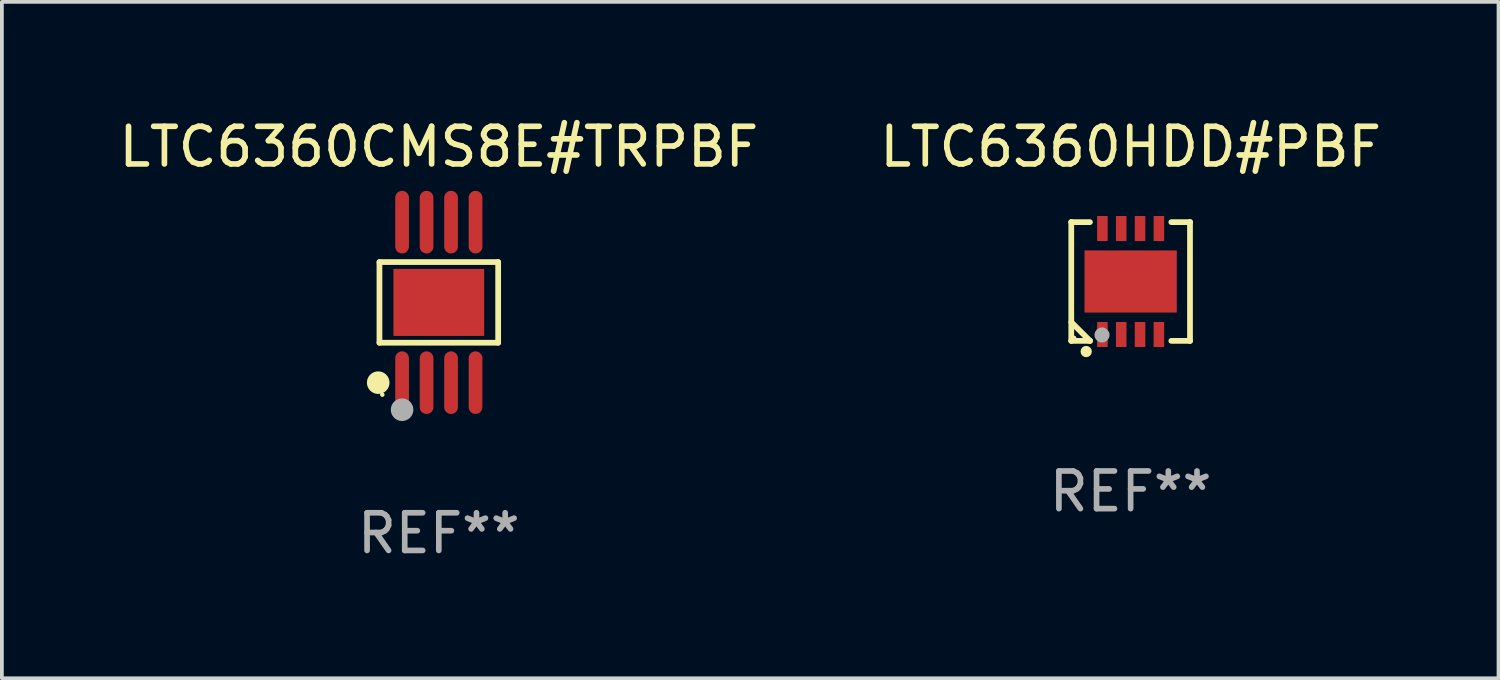
<source format=kicad_pcb>
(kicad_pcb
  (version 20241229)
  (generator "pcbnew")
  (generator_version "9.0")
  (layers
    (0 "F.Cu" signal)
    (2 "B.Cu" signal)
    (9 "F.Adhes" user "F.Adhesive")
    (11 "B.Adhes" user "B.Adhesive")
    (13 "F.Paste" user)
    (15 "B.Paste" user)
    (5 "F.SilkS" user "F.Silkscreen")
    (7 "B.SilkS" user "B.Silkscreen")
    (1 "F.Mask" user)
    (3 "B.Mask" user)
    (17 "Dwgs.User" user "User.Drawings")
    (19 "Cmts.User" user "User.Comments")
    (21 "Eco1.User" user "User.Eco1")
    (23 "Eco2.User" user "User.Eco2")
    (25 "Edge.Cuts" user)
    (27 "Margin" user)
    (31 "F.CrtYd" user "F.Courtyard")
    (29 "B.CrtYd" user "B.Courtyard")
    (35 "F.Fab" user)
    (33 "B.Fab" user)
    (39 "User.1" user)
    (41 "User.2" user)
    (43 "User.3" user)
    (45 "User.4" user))
  (footprint "LTC6360HDD#PBF"
    (layer "F.Cu")
    (at 26.97 4.424)
    (property "Reference" "LTC6360HDD#PBF" (at 0 -3.576 0) (layer "F.SilkS") (effects (font (size 1 1) (thickness 0.15))))
    (attr through_hole)
    (fp_line (start -1.576 -1.576) (end -1.576 -1.576) (stroke (width 0.152) (type solid)) (layer "F.SilkS"))
    (fp_line (start -1.576 -1.576) (end -1.08 -1.576) (stroke (width 0.152) (type solid)) (layer "F.SilkS"))
    (fp_line (start -1.576 1.576) (end -1.576 -1.576) (stroke (width 0.152) (type solid)) (layer "F.SilkS"))
    (fp_line (start -1.576 1.576) (end -1.576 1.576) (stroke (width 0.152) (type solid)) (layer "F.SilkS"))
    (fp_line (start -1.08 1.575) (end -1.576 1.079) (stroke (width 0.152) (type solid)) (layer "F.SilkS"))
    (fp_line (start -1.08 1.576) (end -1.576 1.576) (stroke (width 0.152) (type solid)) (layer "F.SilkS"))
    (fp_line (start -1.08 1.576) (end -1.08 1.575) (stroke (width 0.152) (type solid)) (layer "F.SilkS"))
    (fp_line (start 1.08 1.576) (end 1.576 1.576) (stroke (width 0.152) (type solid)) (layer "F.SilkS"))
    (fp_line (start 1.576 -1.576) (end 1.08 -1.576) (stroke (width 0.152) (type solid)) (layer "F.SilkS"))
    (fp_line (start 1.576 -1.576) (end 1.576 -1.576) (stroke (width 0.152) (type solid)) (layer "F.SilkS"))
    (fp_line (start 1.576 1.576) (end 1.576 -1.576) (stroke (width 0.152) (type solid)) (layer "F.SilkS"))
    (fp_line (start 1.576 1.576) (end 1.576 1.576) (stroke (width 0.152) (type solid)) (layer "F.SilkS"))
    (fp_circle (center -1.5 1.5) (end -1.47 1.5) (stroke (width 0.06) (type solid)) (fill no) (layer "F.SilkS"))
    (fp_circle (center -1.18 1.86) (end -1.105 1.86) (stroke (width 0.15) (type solid)) (fill no) (layer "F.SilkS"))
    (fp_circle (center -0.76 1.42) (end -0.66 1.42) (stroke (width 0.2) (type solid)) (fill no) (layer "F.Fab"))
    (fp_text user "REF**" (at 0 5.576 0) (layer "F.Fab") (effects (font (size 1 1) (thickness 0.15))))
    (pad "1" smd rect (at -0.75 1.407) (size 0.28 0.665) (layers "F.Cu" "F.Mask" "F.Paste"))
    (pad "2" smd rect (at -0.25 1.407) (size 0.28 0.665) (layers "F.Cu" "F.Mask" "F.Paste"))
    (pad "3" smd rect (at 0.25 1.407) (size 0.28 0.665) (layers "F.Cu" "F.Mask" "F.Paste"))
    (pad "4" smd rect (at 0.75 1.407) (size 0.28 0.665) (layers "F.Cu" "F.Mask" "F.Paste"))
    (pad "5" smd rect (at 0.75 -1.407) (size 0.28 0.665) (layers "F.Cu" "F.Mask" "F.Paste"))
    (pad "6" smd rect (at 0.25 -1.407) (size 0.28 0.665) (layers "F.Cu" "F.Mask" "F.Paste"))
    (pad "7" smd rect (at -0.25 -1.407) (size 0.28 0.665) (layers "F.Cu" "F.Mask" "F.Paste"))
    (pad "8" smd rect (at -0.75 -1.407) (size 0.28 0.665) (layers "F.Cu" "F.Mask" "F.Paste"))
    (pad "9" smd rect (at 0 0) (size 2.45 1.65) (layers "F.Cu" "F.Mask" "F.Paste")))
  (footprint "LTC6360CMS8E#TRPBF"
    (layer "F.Cu")
    (at 8.601 4.979)
    (property "Reference" "LTC6360CMS8E#TRPBF" (at 0 -4.131 0) (layer "F.SilkS") (effects (font (size 1 1) (thickness 0.15))))
    (attr through_hole)
    (fp_line (start -1.576 -1.071) (end 1.576 -1.071) (stroke (width 0.152) (type solid)) (layer "F.SilkS"))
    (fp_line (start -1.576 1.071) (end -1.576 -1.071) (stroke (width 0.152) (type solid)) (layer "F.SilkS"))
    (fp_line (start 1.576 -1.071) (end 1.576 1.071) (stroke (width 0.152) (type solid)) (layer "F.SilkS"))
    (fp_line (start 1.576 1.071) (end -1.576 1.071) (stroke (width 0.152) (type solid)) (layer "F.SilkS"))
    (fp_circle (center -1.609 2.131) (end -1.459 2.131) (stroke (width 0.3) (type solid)) (fill no) (layer "F.SilkS"))
    (fp_circle (center -1.5 2.45) (end -1.47 2.45) (stroke (width 0.06) (type solid)) (fill no) (layer "F.SilkS"))
    (fp_circle (center -0.975 2.85) (end -0.825 2.85) (stroke (width 0.3) (type solid)) (fill no) (layer "F.Fab"))
    (fp_text user "REF**" (at 0 6.131 0) (layer "F.Fab") (effects (font (size 1 1) (thickness 0.15))))
    (pad "1" smd oval (at -0.975 2.131) (size 0.364 1.662) (layers "F.Cu" "F.Mask" "F.Paste"))
    (pad "2" smd oval (at -0.325 2.131) (size 0.364 1.662) (layers "F.Cu" "F.Mask" "F.Paste"))
    (pad "3" smd oval (at 0.325 2.131) (size 0.364 1.662) (layers "F.Cu" "F.Mask" "F.Paste"))
    (pad "4" smd oval (at 0.975 2.131) (size 0.364 1.662) (layers "F.Cu" "F.Mask" "F.Paste"))
    (pad "5" smd oval (at 0.975 -2.131) (size 0.364 1.662) (layers "F.Cu" "F.Mask" "F.Paste"))
    (pad "6" smd oval (at 0.325 -2.131) (size 0.364 1.662) (layers "F.Cu" "F.Mask" "F.Paste"))
    (pad "7" smd oval (at -0.325 -2.131) (size 0.364 1.662) (layers "F.Cu" "F.Mask" "F.Paste"))
    (pad "8" smd oval (at -0.975 -2.131) (size 0.364 1.662) (layers "F.Cu" "F.Mask" "F.Paste"))
    (pad "9" smd rect (at 0 0) (size 2.41 1.78) (layers "F.Cu" "F.Mask" "F.Paste")))
  (gr_rect
    (start -3 -3)
    (end 36.738 14.959)
    (stroke (width 0.1) (type default))
    (fill no)
    (layer "Edge.Cuts")))
</source>
